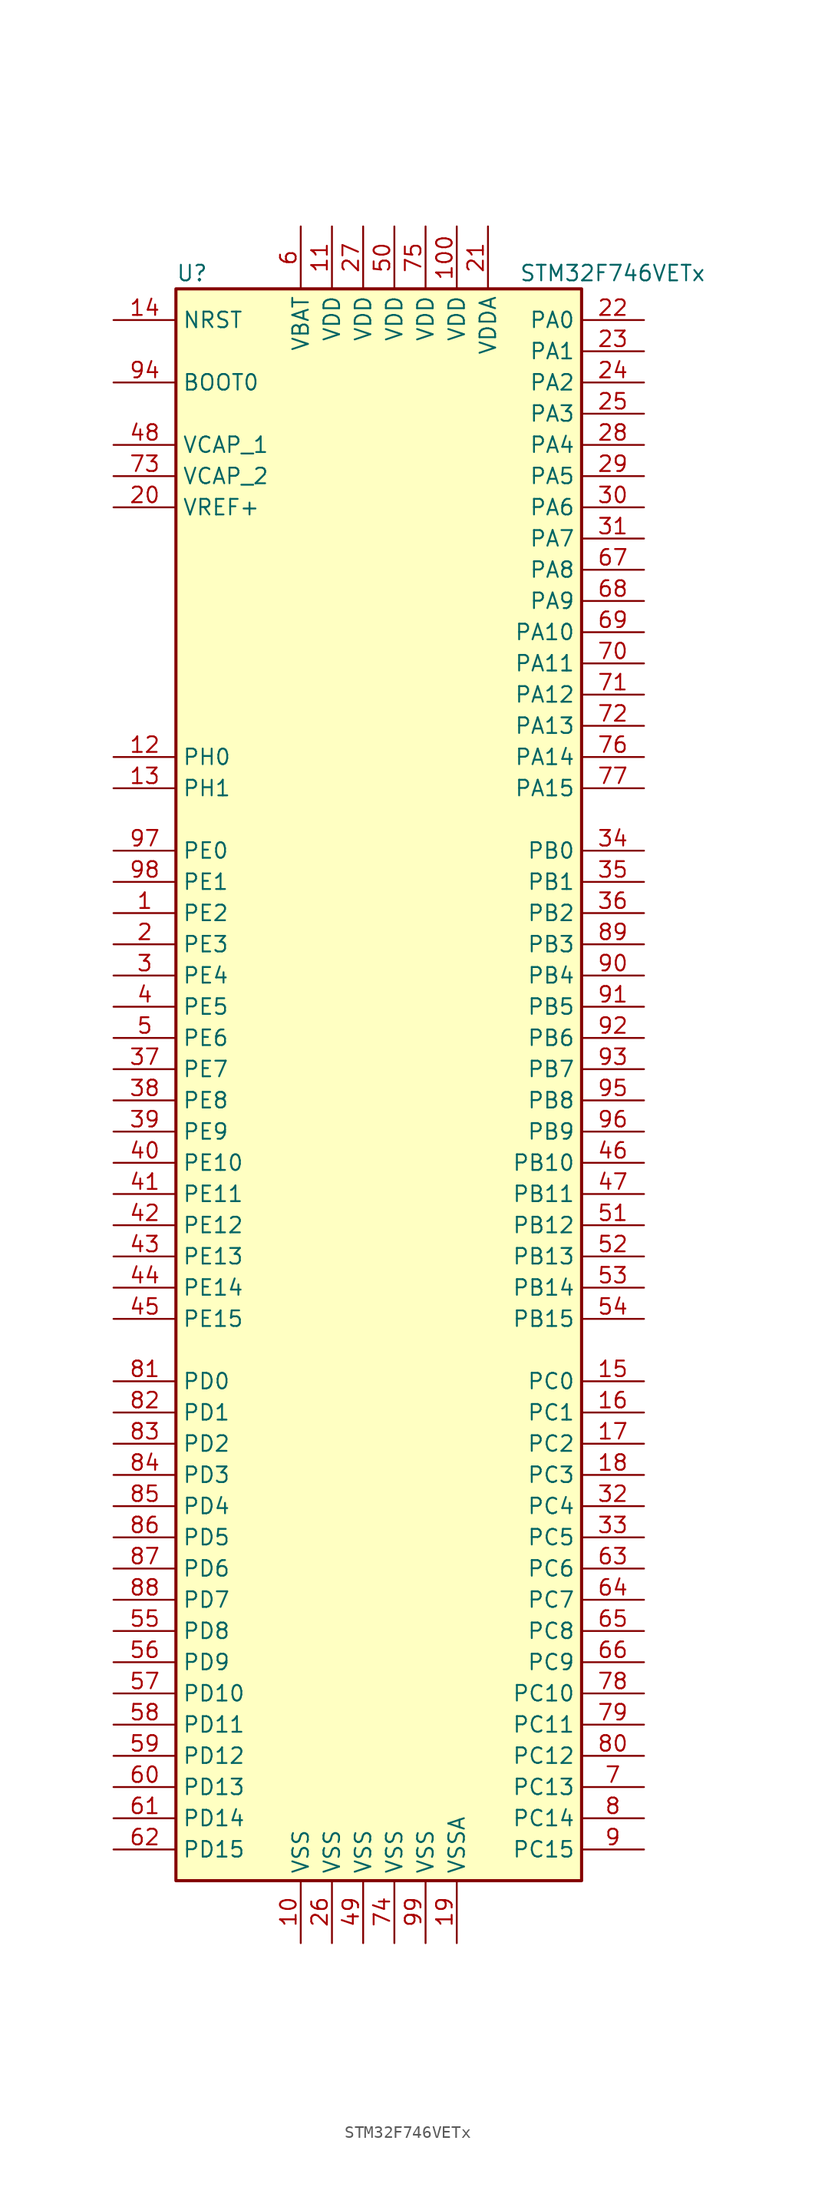
<source format=kicad_sym>
(kicad_symbol_lib
  (version 20201005)
  (generator kicad_symbol_editor)
  (symbol "STM32F746VETx"
    (property "Reference" "U"
      (at -17.78 64.77 0)
      (effects (font (size 1.27 1.27)) (justify left)))
    (property "Value" "STM32F746VETx"
      (at 10.16 64.77 0)
      (effects (font (size 1.27 1.27)) (justify left)))
    (symbol "STM32F746VETx_0_1"
      (rectangle (start -17.78 -66.04) (end 15.24 63.5) (stroke (width 0.254)) (fill (type background))))
    (symbol "STM32F746VETx_1_1"
      (pin input line (at -22.86 55.88 0) (length 5.08) (name "BOOT0" (effects (font (size 1.27 1.27)))) (number "94" (effects (font (size 1.27 1.27)))))
      (pin input line (at -22.86 60.96 0) (length 5.08) (name "NRST" (effects (font (size 1.27 1.27)))) (number "14" (effects (font (size 1.27 1.27)))))
      (pin bidirectional line (at 20.32 60.96 180) (length 5.08) (name "PA0" (effects (font (size 1.27 1.27)))) (number "22" (effects (font (size 1.27 1.27)))))
      (pin bidirectional line (at 20.32 58.42 180) (length 5.08) (name "PA1" (effects (font (size 1.27 1.27)))) (number "23" (effects (font (size 1.27 1.27)))))
      (pin bidirectional line (at 20.32 35.56 180) (length 5.08) (name "PA10" (effects (font (size 1.27 1.27)))) (number "69" (effects (font (size 1.27 1.27)))))
      (pin bidirectional line (at 20.32 33.02 180) (length 5.08) (name "PA11" (effects (font (size 1.27 1.27)))) (number "70" (effects (font (size 1.27 1.27)))))
      (pin bidirectional line (at 20.32 30.48 180) (length 5.08) (name "PA12" (effects (font (size 1.27 1.27)))) (number "71" (effects (font (size 1.27 1.27)))))
      (pin bidirectional line (at 20.32 27.94 180) (length 5.08) (name "PA13" (effects (font (size 1.27 1.27)))) (number "72" (effects (font (size 1.27 1.27)))))
      (pin bidirectional line (at 20.32 25.4 180) (length 5.08) (name "PA14" (effects (font (size 1.27 1.27)))) (number "76" (effects (font (size 1.27 1.27)))))
      (pin bidirectional line (at 20.32 22.86 180) (length 5.08) (name "PA15" (effects (font (size 1.27 1.27)))) (number "77" (effects (font (size 1.27 1.27)))))
      (pin bidirectional line (at 20.32 55.88 180) (length 5.08) (name "PA2" (effects (font (size 1.27 1.27)))) (number "24" (effects (font (size 1.27 1.27)))))
      (pin bidirectional line (at 20.32 53.34 180) (length 5.08) (name "PA3" (effects (font (size 1.27 1.27)))) (number "25" (effects (font (size 1.27 1.27)))))
      (pin bidirectional line (at 20.32 50.8 180) (length 5.08) (name "PA4" (effects (font (size 1.27 1.27)))) (number "28" (effects (font (size 1.27 1.27)))))
      (pin bidirectional line (at 20.32 48.26 180) (length 5.08) (name "PA5" (effects (font (size 1.27 1.27)))) (number "29" (effects (font (size 1.27 1.27)))))
      (pin bidirectional line (at 20.32 45.72 180) (length 5.08) (name "PA6" (effects (font (size 1.27 1.27)))) (number "30" (effects (font (size 1.27 1.27)))))
      (pin bidirectional line (at 20.32 43.18 180) (length 5.08) (name "PA7" (effects (font (size 1.27 1.27)))) (number "31" (effects (font (size 1.27 1.27)))))
      (pin bidirectional line (at 20.32 40.64 180) (length 5.08) (name "PA8" (effects (font (size 1.27 1.27)))) (number "67" (effects (font (size 1.27 1.27)))))
      (pin bidirectional line (at 20.32 38.1 180) (length 5.08) (name "PA9" (effects (font (size 1.27 1.27)))) (number "68" (effects (font (size 1.27 1.27)))))
      (pin bidirectional line (at 20.32 17.78 180) (length 5.08) (name "PB0" (effects (font (size 1.27 1.27)))) (number "34" (effects (font (size 1.27 1.27)))))
      (pin bidirectional line (at 20.32 15.24 180) (length 5.08) (name "PB1" (effects (font (size 1.27 1.27)))) (number "35" (effects (font (size 1.27 1.27)))))
      (pin bidirectional line (at 20.32 -7.62 180) (length 5.08) (name "PB10" (effects (font (size 1.27 1.27)))) (number "46" (effects (font (size 1.27 1.27)))))
      (pin bidirectional line (at 20.32 -10.16 180) (length 5.08) (name "PB11" (effects (font (size 1.27 1.27)))) (number "47" (effects (font (size 1.27 1.27)))))
      (pin bidirectional line (at 20.32 -12.7 180) (length 5.08) (name "PB12" (effects (font (size 1.27 1.27)))) (number "51" (effects (font (size 1.27 1.27)))))
      (pin bidirectional line (at 20.32 -15.24 180) (length 5.08) (name "PB13" (effects (font (size 1.27 1.27)))) (number "52" (effects (font (size 1.27 1.27)))))
      (pin bidirectional line (at 20.32 -17.78 180) (length 5.08) (name "PB14" (effects (font (size 1.27 1.27)))) (number "53" (effects (font (size 1.27 1.27)))))
      (pin bidirectional line (at 20.32 -20.32 180) (length 5.08) (name "PB15" (effects (font (size 1.27 1.27)))) (number "54" (effects (font (size 1.27 1.27)))))
      (pin bidirectional line (at 20.32 12.7 180) (length 5.08) (name "PB2" (effects (font (size 1.27 1.27)))) (number "36" (effects (font (size 1.27 1.27)))))
      (pin bidirectional line (at 20.32 10.16 180) (length 5.08) (name "PB3" (effects (font (size 1.27 1.27)))) (number "89" (effects (font (size 1.27 1.27)))))
      (pin bidirectional line (at 20.32 7.62 180) (length 5.08) (name "PB4" (effects (font (size 1.27 1.27)))) (number "90" (effects (font (size 1.27 1.27)))))
      (pin bidirectional line (at 20.32 5.08 180) (length 5.08) (name "PB5" (effects (font (size 1.27 1.27)))) (number "91" (effects (font (size 1.27 1.27)))))
      (pin bidirectional line (at 20.32 2.54 180) (length 5.08) (name "PB6" (effects (font (size 1.27 1.27)))) (number "92" (effects (font (size 1.27 1.27)))))
      (pin bidirectional line (at 20.32 0 180) (length 5.08) (name "PB7" (effects (font (size 1.27 1.27)))) (number "93" (effects (font (size 1.27 1.27)))))
      (pin bidirectional line (at 20.32 -2.54 180) (length 5.08) (name "PB8" (effects (font (size 1.27 1.27)))) (number "95" (effects (font (size 1.27 1.27)))))
      (pin bidirectional line (at 20.32 -5.08 180) (length 5.08) (name "PB9" (effects (font (size 1.27 1.27)))) (number "96" (effects (font (size 1.27 1.27)))))
      (pin bidirectional line (at 20.32 -25.4 180) (length 5.08) (name "PC0" (effects (font (size 1.27 1.27)))) (number "15" (effects (font (size 1.27 1.27)))))
      (pin bidirectional line (at 20.32 -27.94 180) (length 5.08) (name "PC1" (effects (font (size 1.27 1.27)))) (number "16" (effects (font (size 1.27 1.27)))))
      (pin bidirectional line (at 20.32 -50.8 180) (length 5.08) (name "PC10" (effects (font (size 1.27 1.27)))) (number "78" (effects (font (size 1.27 1.27)))))
      (pin bidirectional line (at 20.32 -53.34 180) (length 5.08) (name "PC11" (effects (font (size 1.27 1.27)))) (number "79" (effects (font (size 1.27 1.27)))))
      (pin bidirectional line (at 20.32 -55.88 180) (length 5.08) (name "PC12" (effects (font (size 1.27 1.27)))) (number "80" (effects (font (size 1.27 1.27)))))
      (pin bidirectional line (at 20.32 -58.42 180) (length 5.08) (name "PC13" (effects (font (size 1.27 1.27)))) (number "7" (effects (font (size 1.27 1.27)))))
      (pin bidirectional line (at 20.32 -60.96 180) (length 5.08) (name "PC14" (effects (font (size 1.27 1.27)))) (number "8" (effects (font (size 1.27 1.27)))))
      (pin bidirectional line (at 20.32 -63.5 180) (length 5.08) (name "PC15" (effects (font (size 1.27 1.27)))) (number "9" (effects (font (size 1.27 1.27)))))
      (pin bidirectional line (at 20.32 -30.48 180) (length 5.08) (name "PC2" (effects (font (size 1.27 1.27)))) (number "17" (effects (font (size 1.27 1.27)))))
      (pin bidirectional line (at 20.32 -33.02 180) (length 5.08) (name "PC3" (effects (font (size 1.27 1.27)))) (number "18" (effects (font (size 1.27 1.27)))))
      (pin bidirectional line (at 20.32 -35.56 180) (length 5.08) (name "PC4" (effects (font (size 1.27 1.27)))) (number "32" (effects (font (size 1.27 1.27)))))
      (pin bidirectional line (at 20.32 -38.1 180) (length 5.08) (name "PC5" (effects (font (size 1.27 1.27)))) (number "33" (effects (font (size 1.27 1.27)))))
      (pin bidirectional line (at 20.32 -40.64 180) (length 5.08) (name "PC6" (effects (font (size 1.27 1.27)))) (number "63" (effects (font (size 1.27 1.27)))))
      (pin bidirectional line (at 20.32 -43.18 180) (length 5.08) (name "PC7" (effects (font (size 1.27 1.27)))) (number "64" (effects (font (size 1.27 1.27)))))
      (pin bidirectional line (at 20.32 -45.72 180) (length 5.08) (name "PC8" (effects (font (size 1.27 1.27)))) (number "65" (effects (font (size 1.27 1.27)))))
      (pin bidirectional line (at 20.32 -48.26 180) (length 5.08) (name "PC9" (effects (font (size 1.27 1.27)))) (number "66" (effects (font (size 1.27 1.27)))))
      (pin bidirectional line (at -22.86 -25.4 0) (length 5.08) (name "PD0" (effects (font (size 1.27 1.27)))) (number "81" (effects (font (size 1.27 1.27)))))
      (pin bidirectional line (at -22.86 -27.94 0) (length 5.08) (name "PD1" (effects (font (size 1.27 1.27)))) (number "82" (effects (font (size 1.27 1.27)))))
      (pin bidirectional line (at -22.86 -50.8 0) (length 5.08) (name "PD10" (effects (font (size 1.27 1.27)))) (number "57" (effects (font (size 1.27 1.27)))))
      (pin bidirectional line (at -22.86 -53.34 0) (length 5.08) (name "PD11" (effects (font (size 1.27 1.27)))) (number "58" (effects (font (size 1.27 1.27)))))
      (pin bidirectional line (at -22.86 -55.88 0) (length 5.08) (name "PD12" (effects (font (size 1.27 1.27)))) (number "59" (effects (font (size 1.27 1.27)))))
      (pin bidirectional line (at -22.86 -58.42 0) (length 5.08) (name "PD13" (effects (font (size 1.27 1.27)))) (number "60" (effects (font (size 1.27 1.27)))))
      (pin bidirectional line (at -22.86 -60.96 0) (length 5.08) (name "PD14" (effects (font (size 1.27 1.27)))) (number "61" (effects (font (size 1.27 1.27)))))
      (pin bidirectional line (at -22.86 -63.5 0) (length 5.08) (name "PD15" (effects (font (size 1.27 1.27)))) (number "62" (effects (font (size 1.27 1.27)))))
      (pin bidirectional line (at -22.86 -30.48 0) (length 5.08) (name "PD2" (effects (font (size 1.27 1.27)))) (number "83" (effects (font (size 1.27 1.27)))))
      (pin bidirectional line (at -22.86 -33.02 0) (length 5.08) (name "PD3" (effects (font (size 1.27 1.27)))) (number "84" (effects (font (size 1.27 1.27)))))
      (pin bidirectional line (at -22.86 -35.56 0) (length 5.08) (name "PD4" (effects (font (size 1.27 1.27)))) (number "85" (effects (font (size 1.27 1.27)))))
      (pin bidirectional line (at -22.86 -38.1 0) (length 5.08) (name "PD5" (effects (font (size 1.27 1.27)))) (number "86" (effects (font (size 1.27 1.27)))))
      (pin bidirectional line (at -22.86 -40.64 0) (length 5.08) (name "PD6" (effects (font (size 1.27 1.27)))) (number "87" (effects (font (size 1.27 1.27)))))
      (pin bidirectional line (at -22.86 -43.18 0) (length 5.08) (name "PD7" (effects (font (size 1.27 1.27)))) (number "88" (effects (font (size 1.27 1.27)))))
      (pin bidirectional line (at -22.86 -45.72 0) (length 5.08) (name "PD8" (effects (font (size 1.27 1.27)))) (number "55" (effects (font (size 1.27 1.27)))))
      (pin bidirectional line (at -22.86 -48.26 0) (length 5.08) (name "PD9" (effects (font (size 1.27 1.27)))) (number "56" (effects (font (size 1.27 1.27)))))
      (pin bidirectional line (at -22.86 17.78 0) (length 5.08) (name "PE0" (effects (font (size 1.27 1.27)))) (number "97" (effects (font (size 1.27 1.27)))))
      (pin bidirectional line (at -22.86 15.24 0) (length 5.08) (name "PE1" (effects (font (size 1.27 1.27)))) (number "98" (effects (font (size 1.27 1.27)))))
      (pin bidirectional line (at -22.86 -7.62 0) (length 5.08) (name "PE10" (effects (font (size 1.27 1.27)))) (number "40" (effects (font (size 1.27 1.27)))))
      (pin bidirectional line (at -22.86 -10.16 0) (length 5.08) (name "PE11" (effects (font (size 1.27 1.27)))) (number "41" (effects (font (size 1.27 1.27)))))
      (pin bidirectional line (at -22.86 -12.7 0) (length 5.08) (name "PE12" (effects (font (size 1.27 1.27)))) (number "42" (effects (font (size 1.27 1.27)))))
      (pin bidirectional line (at -22.86 -15.24 0) (length 5.08) (name "PE13" (effects (font (size 1.27 1.27)))) (number "43" (effects (font (size 1.27 1.27)))))
      (pin bidirectional line (at -22.86 -17.78 0) (length 5.08) (name "PE14" (effects (font (size 1.27 1.27)))) (number "44" (effects (font (size 1.27 1.27)))))
      (pin bidirectional line (at -22.86 -20.32 0) (length 5.08) (name "PE15" (effects (font (size 1.27 1.27)))) (number "45" (effects (font (size 1.27 1.27)))))
      (pin bidirectional line (at -22.86 12.7 0) (length 5.08) (name "PE2" (effects (font (size 1.27 1.27)))) (number "1" (effects (font (size 1.27 1.27)))))
      (pin bidirectional line (at -22.86 10.16 0) (length 5.08) (name "PE3" (effects (font (size 1.27 1.27)))) (number "2" (effects (font (size 1.27 1.27)))))
      (pin bidirectional line (at -22.86 7.62 0) (length 5.08) (name "PE4" (effects (font (size 1.27 1.27)))) (number "3" (effects (font (size 1.27 1.27)))))
      (pin bidirectional line (at -22.86 5.08 0) (length 5.08) (name "PE5" (effects (font (size 1.27 1.27)))) (number "4" (effects (font (size 1.27 1.27)))))
      (pin bidirectional line (at -22.86 2.54 0) (length 5.08) (name "PE6" (effects (font (size 1.27 1.27)))) (number "5" (effects (font (size 1.27 1.27)))))
      (pin bidirectional line (at -22.86 0 0) (length 5.08) (name "PE7" (effects (font (size 1.27 1.27)))) (number "37" (effects (font (size 1.27 1.27)))))
      (pin bidirectional line (at -22.86 -2.54 0) (length 5.08) (name "PE8" (effects (font (size 1.27 1.27)))) (number "38" (effects (font (size 1.27 1.27)))))
      (pin bidirectional line (at -22.86 -5.08 0) (length 5.08) (name "PE9" (effects (font (size 1.27 1.27)))) (number "39" (effects (font (size 1.27 1.27)))))
      (pin input line (at -22.86 25.4 0) (length 5.08) (name "PH0" (effects (font (size 1.27 1.27)))) (number "12" (effects (font (size 1.27 1.27)))))
      (pin input line (at -22.86 22.86 0) (length 5.08) (name "PH1" (effects (font (size 1.27 1.27)))) (number "13" (effects (font (size 1.27 1.27)))))
      (pin power_in line (at -7.62 68.58 270) (length 5.08) (name "VBAT" (effects (font (size 1.27 1.27)))) (number "6" (effects (font (size 1.27 1.27)))))
      (pin power_in line (at -22.86 50.8 0) (length 5.08) (name "VCAP_1" (effects (font (size 1.27 1.27)))) (number "48" (effects (font (size 1.27 1.27)))))
      (pin power_in line (at -22.86 48.26 0) (length 5.08) (name "VCAP_2" (effects (font (size 1.27 1.27)))) (number "73" (effects (font (size 1.27 1.27)))))
      (pin power_in line (at 5.08 68.58 270) (length 5.08) (name "VDD" (effects (font (size 1.27 1.27)))) (number "100" (effects (font (size 1.27 1.27)))))
      (pin power_in line (at -5.08 68.58 270) (length 5.08) (name "VDD" (effects (font (size 1.27 1.27)))) (number "11" (effects (font (size 1.27 1.27)))))
      (pin power_in line (at -2.54 68.58 270) (length 5.08) (name "VDD" (effects (font (size 1.27 1.27)))) (number "27" (effects (font (size 1.27 1.27)))))
      (pin power_in line (at 0 68.58 270) (length 5.08) (name "VDD" (effects (font (size 1.27 1.27)))) (number "50" (effects (font (size 1.27 1.27)))))
      (pin power_in line (at 2.54 68.58 270) (length 5.08) (name "VDD" (effects (font (size 1.27 1.27)))) (number "75" (effects (font (size 1.27 1.27)))))
      (pin power_in line (at 7.62 68.58 270) (length 5.08) (name "VDDA" (effects (font (size 1.27 1.27)))) (number "21" (effects (font (size 1.27 1.27)))))
      (pin power_in line (at -22.86 45.72 0) (length 5.08) (name "VREF+" (effects (font (size 1.27 1.27)))) (number "20" (effects (font (size 1.27 1.27)))))
      (pin power_in line (at -7.62 -71.12 90) (length 5.08) (name "VSS" (effects (font (size 1.27 1.27)))) (number "10" (effects (font (size 1.27 1.27)))))
      (pin power_in line (at -5.08 -71.12 90) (length 5.08) (name "VSS" (effects (font (size 1.27 1.27)))) (number "26" (effects (font (size 1.27 1.27)))))
      (pin power_in line (at -2.54 -71.12 90) (length 5.08) (name "VSS" (effects (font (size 1.27 1.27)))) (number "49" (effects (font (size 1.27 1.27)))))
      (pin power_in line (at 0 -71.12 90) (length 5.08) (name "VSS" (effects (font (size 1.27 1.27)))) (number "74" (effects (font (size 1.27 1.27)))))
      (pin power_in line (at 2.54 -71.12 90) (length 5.08) (name "VSS" (effects (font (size 1.27 1.27)))) (number "99" (effects (font (size 1.27 1.27)))))
      (pin power_in line (at 5.08 -71.12 90) (length 5.08) (name "VSSA" (effects (font (size 1.27 1.27)))) (number "19" (effects (font (size 1.27 1.27))))))))
</source>
